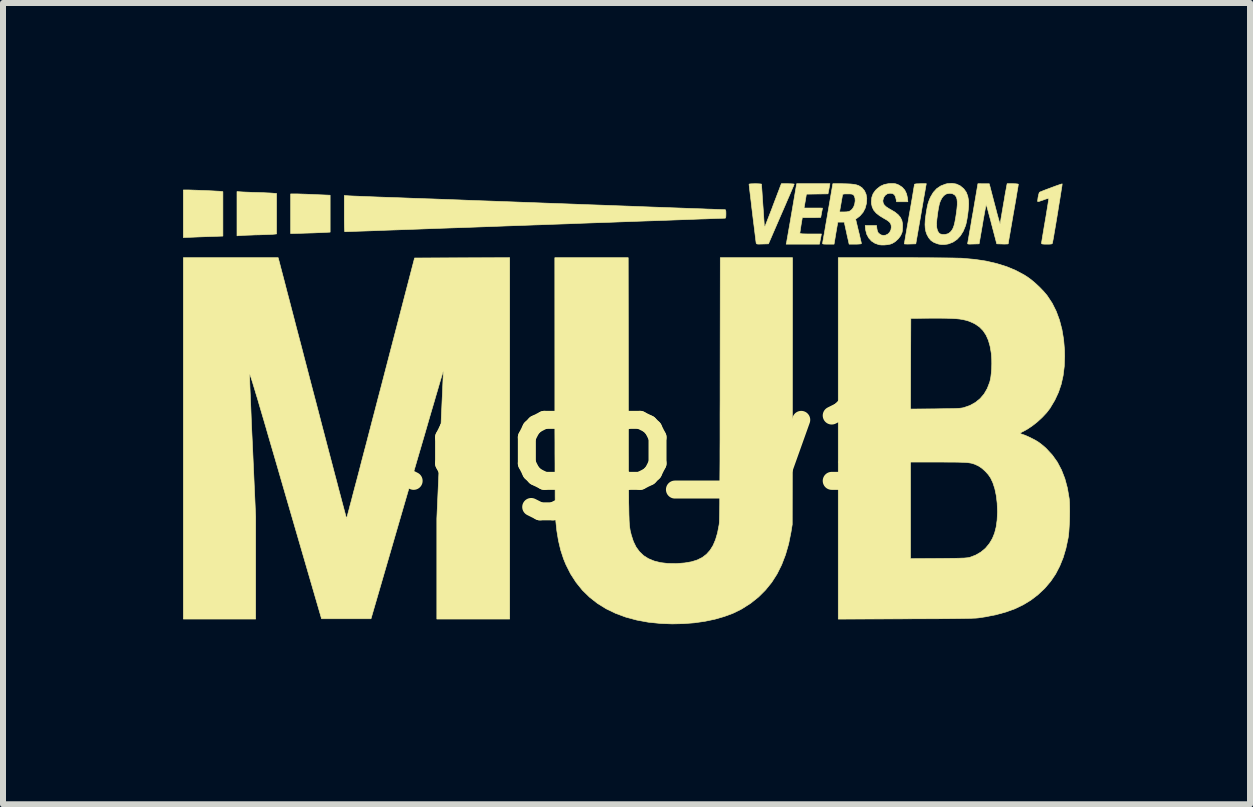
<source format=kicad_pcb>
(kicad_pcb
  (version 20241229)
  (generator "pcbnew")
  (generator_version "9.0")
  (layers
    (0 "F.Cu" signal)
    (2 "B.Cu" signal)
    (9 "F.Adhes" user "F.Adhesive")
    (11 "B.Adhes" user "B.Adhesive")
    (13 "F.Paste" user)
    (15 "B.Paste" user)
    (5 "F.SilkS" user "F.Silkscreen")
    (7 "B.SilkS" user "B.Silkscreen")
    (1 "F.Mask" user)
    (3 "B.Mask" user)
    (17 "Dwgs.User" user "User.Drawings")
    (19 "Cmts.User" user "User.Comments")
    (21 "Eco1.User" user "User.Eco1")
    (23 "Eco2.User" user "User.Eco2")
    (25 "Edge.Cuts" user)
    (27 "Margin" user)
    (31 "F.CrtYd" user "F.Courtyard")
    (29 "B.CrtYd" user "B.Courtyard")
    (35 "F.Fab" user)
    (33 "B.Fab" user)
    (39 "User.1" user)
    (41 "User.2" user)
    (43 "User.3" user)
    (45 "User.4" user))
  (footprint "logo_v1"
    (layer "F.Cu")
    (at 7.616 4.273)
    (property "Reference" "logo_v1" (at 0 0 0) (layer "F.SilkS") (effects (font (size 1.524 1.524) (thickness 0.3))))
    (attr through_hole)
    (fp_poly (pts (xy -5.727 -4.092) (xy -5.684 -4.091) (xy -5.628 -4.089) (xy -5.564 -4.087) (xy -5.494 -4.084) (xy -5.426 -4.081) (xy -5.165 -4.07) (xy -5.165 -3.455) (xy -5.275 -3.449) (xy -5.318 -3.447) (xy -5.376 -3.445) (xy -5.442 -3.442) (xy -5.514 -3.44) (xy -5.585 -3.438) (xy -5.604 -3.437) (xy -5.823 -3.431) (xy -5.823 -4.092) (xy -5.755 -4.092) (xy -5.727 -4.092)) (stroke (width 0.01) (type solid)) (fill yes) (layer "F.SilkS"))
    (fp_poly (pts (xy -7.537 -4.158) (xy -7.494 -4.157) (xy -7.441 -4.155) (xy -7.38 -4.153) (xy -7.315 -4.15) (xy -7.248 -4.148) (xy -7.182 -4.145) (xy -7.121 -4.142) (xy -7.068 -4.139) (xy -7.025 -4.137) (xy -6.995 -4.135) (xy -6.983 -4.134) (xy -6.952 -4.129) (xy -6.952 -3.389) (xy -7.117 -3.383) (xy -7.188 -3.381) (xy -7.269 -3.378) (xy -7.352 -3.375) (xy -7.427 -3.372) (xy -7.446 -3.371) (xy -7.611 -3.365) (xy -7.611 -4.158) (xy -7.567 -4.158) (xy -7.537 -4.158)) (stroke (width 0.01) (type solid)) (fill yes) (layer "F.SilkS"))
    (fp_poly (pts (xy -6.649 -4.126) (xy -6.617 -4.124) (xy -6.571 -4.122) (xy -6.515 -4.12) (xy -6.454 -4.117) (xy -6.397 -4.116) (xy -6.334 -4.114) (xy -6.271 -4.112) (xy -6.214 -4.109) (xy -6.166 -4.107) (xy -6.136 -4.105) (xy -6.058 -4.099) (xy -6.058 -3.425) (xy -6.098 -3.421) (xy -6.12 -3.419) (xy -6.156 -3.417) (xy -6.205 -3.415) (xy -6.262 -3.413) (xy -6.324 -3.411) (xy -6.345 -3.41) (xy -6.412 -3.409) (xy -6.478 -3.406) (xy -6.539 -3.404) (xy -6.591 -3.402) (xy -6.629 -3.4) (xy -6.635 -3.399) (xy -6.717 -3.394) (xy -6.717 -4.131) (xy -6.649 -4.126)) (stroke (width 0.01) (type solid)) (fill yes) (layer "F.SilkS"))
    (fp_poly (pts (xy 4.764 -4.236) (xy 4.761 -4.222) (xy 4.756 -4.191) (xy 4.748 -4.145) (xy 4.738 -4.087) (xy 4.725 -4.017) (xy 4.712 -3.938) (xy 4.697 -3.852) (xy 4.681 -3.76) (xy 4.677 -3.735) (xy 4.594 -3.26) (xy 4.498 -3.257) (xy 4.459 -3.256) (xy 4.427 -3.257) (xy 4.407 -3.258) (xy 4.403 -3.26) (xy 4.404 -3.27) (xy 4.409 -3.297) (xy 4.416 -3.339) (xy 4.425 -3.394) (xy 4.437 -3.461) (xy 4.45 -3.537) (xy 4.465 -3.622) (xy 4.48 -3.713) (xy 4.487 -3.754) (xy 4.504 -3.847) (xy 4.519 -3.935) (xy 4.533 -4.016) (xy 4.545 -4.088) (xy 4.555 -4.149) (xy 4.563 -4.197) (xy 4.569 -4.231) (xy 4.572 -4.249) (xy 4.572 -4.252) (xy 4.581 -4.256) (xy 4.607 -4.26) (xy 4.649 -4.261) (xy 4.671 -4.262) (xy 4.769 -4.262) (xy 4.764 -4.236)) (stroke (width 0.01) (type solid)) (fill yes) (layer "F.SilkS"))
    (fp_poly (pts (xy 3.157 -4.226) (xy 3.151 -4.195) (xy 3.144 -4.158) (xy 3.141 -4.142) (xy 3.131 -4.093) (xy 2.771 -4.088) (xy 2.752 -3.972) (xy 2.732 -3.857) (xy 2.885 -3.857) (xy 2.937 -3.857) (xy 2.981 -3.857) (xy 3.014 -3.856) (xy 3.034 -3.855) (xy 3.039 -3.855) (xy 3.037 -3.845) (xy 3.033 -3.821) (xy 3.026 -3.789) (xy 3.024 -3.779) (xy 3.018 -3.744) (xy 3.013 -3.717) (xy 3.01 -3.702) (xy 3.01 -3.701) (xy 3.001 -3.7) (xy 2.977 -3.699) (xy 2.94 -3.698) (xy 2.893 -3.697) (xy 2.857 -3.697) (xy 2.703 -3.697) (xy 2.682 -3.572) (xy 2.675 -3.526) (xy 2.669 -3.485) (xy 2.664 -3.454) (xy 2.662 -3.437) (xy 2.662 -3.436) (xy 2.667 -3.432) (xy 2.682 -3.429) (xy 2.708 -3.426) (xy 2.75 -3.425) (xy 2.806 -3.424) (xy 2.842 -3.424) (xy 3.021 -3.424) (xy 3.016 -3.398) (xy 3.012 -3.375) (xy 3.005 -3.342) (xy 3 -3.314) (xy 2.989 -3.255) (xy 2.434 -3.255) (xy 2.439 -3.276) (xy 2.442 -3.289) (xy 2.447 -3.319) (xy 2.455 -3.364) (xy 2.465 -3.422) (xy 2.477 -3.491) (xy 2.491 -3.569) (xy 2.506 -3.656) (xy 2.521 -3.747) (xy 2.527 -3.779) (xy 2.609 -4.262) (xy 3.163 -4.262) (xy 3.157 -4.226)) (stroke (width 0.01) (type solid)) (fill yes) (layer "F.SilkS"))
    (fp_poly (pts (xy 7.032 -4.249) (xy 7.029 -4.223) (xy 7.022 -4.183) (xy 7.014 -4.13) (xy 7.004 -4.067) (xy 6.993 -3.996) (xy 6.98 -3.919) (xy 6.967 -3.838) (xy 6.954 -3.756) (xy 6.94 -3.673) (xy 6.927 -3.593) (xy 6.914 -3.517) (xy 6.902 -3.448) (xy 6.892 -3.387) (xy 6.883 -3.337) (xy 6.876 -3.3) (xy 6.872 -3.278) (xy 6.872 -3.276) (xy 6.868 -3.266) (xy 6.861 -3.26) (xy 6.847 -3.257) (xy 6.821 -3.255) (xy 6.781 -3.255) (xy 6.778 -3.255) (xy 6.736 -3.255) (xy 6.709 -3.257) (xy 6.695 -3.26) (xy 6.689 -3.266) (xy 6.689 -3.271) (xy 6.69 -3.283) (xy 6.695 -3.312) (xy 6.702 -3.356) (xy 6.711 -3.411) (xy 6.722 -3.476) (xy 6.734 -3.55) (xy 6.748 -3.629) (xy 6.75 -3.643) (xy 6.764 -3.723) (xy 6.776 -3.798) (xy 6.787 -3.864) (xy 6.796 -3.921) (xy 6.803 -3.966) (xy 6.808 -3.996) (xy 6.809 -4.011) (xy 6.809 -4.012) (xy 6.801 -4.015) (xy 6.78 -4.012) (xy 6.745 -4.001) (xy 6.719 -3.991) (xy 6.681 -3.978) (xy 6.651 -3.968) (xy 6.631 -3.964) (xy 6.626 -3.964) (xy 6.624 -3.975) (xy 6.627 -4) (xy 6.631 -4.032) (xy 6.638 -4.065) (xy 6.645 -4.094) (xy 6.652 -4.114) (xy 6.655 -4.119) (xy 6.667 -4.125) (xy 6.694 -4.136) (xy 6.731 -4.151) (xy 6.776 -4.168) (xy 6.824 -4.186) (xy 6.875 -4.205) (xy 6.923 -4.223) (xy 6.966 -4.238) (xy 7.001 -4.25) (xy 7.024 -4.257) (xy 7.033 -4.259) (xy 7.032 -4.249)) (stroke (width 0.01) (type solid)) (fill yes) (layer "F.SilkS"))
    (fp_poly (pts (xy 2.504 -4.261) (xy 2.538 -4.259) (xy 2.561 -4.257) (xy 2.568 -4.255) (xy 2.564 -4.245) (xy 2.554 -4.219) (xy 2.537 -4.18) (xy 2.515 -4.128) (xy 2.488 -4.065) (xy 2.456 -3.992) (xy 2.422 -3.912) (xy 2.384 -3.825) (xy 2.353 -3.754) (xy 2.139 -3.26) (xy 2.038 -3.257) (xy 1.994 -3.256) (xy 1.965 -3.256) (xy 1.948 -3.258) (xy 1.939 -3.263) (xy 1.935 -3.271) (xy 1.934 -3.276) (xy 1.932 -3.288) (xy 1.928 -3.317) (xy 1.923 -3.36) (xy 1.916 -3.416) (xy 1.908 -3.481) (xy 1.899 -3.554) (xy 1.889 -3.632) (xy 1.879 -3.714) (xy 1.869 -3.798) (xy 1.859 -3.88) (xy 1.85 -3.96) (xy 1.841 -4.034) (xy 1.833 -4.101) (xy 1.826 -4.159) (xy 1.821 -4.205) (xy 1.817 -4.237) (xy 1.816 -4.253) (xy 1.816 -4.255) (xy 1.824 -4.257) (xy 1.848 -4.26) (xy 1.883 -4.261) (xy 1.919 -4.262) (xy 1.961 -4.261) (xy 1.994 -4.259) (xy 2.016 -4.257) (xy 2.023 -4.255) (xy 2.023 -4.244) (xy 2.025 -4.216) (xy 2.028 -4.175) (xy 2.032 -4.121) (xy 2.036 -4.056) (xy 2.041 -3.984) (xy 2.046 -3.909) (xy 2.052 -3.83) (xy 2.057 -3.757) (xy 2.061 -3.691) (xy 2.065 -3.636) (xy 2.068 -3.592) (xy 2.069 -3.563) (xy 2.07 -3.551) (xy 2.071 -3.539) (xy 2.077 -3.544) (xy 2.079 -3.548) (xy 2.085 -3.56) (xy 2.096 -3.588) (xy 2.112 -3.629) (xy 2.132 -3.681) (xy 2.156 -3.743) (xy 2.183 -3.812) (xy 2.211 -3.886) (xy 2.211 -3.887) (xy 2.239 -3.961) (xy 2.266 -4.031) (xy 2.29 -4.095) (xy 2.311 -4.149) (xy 2.327 -4.192) (xy 2.338 -4.222) (xy 2.344 -4.236) (xy 2.354 -4.262) (xy 2.461 -4.262) (xy 2.504 -4.261)) (stroke (width 0.01) (type solid)) (fill yes) (layer "F.SilkS"))
    (fp_poly (pts (xy 4.224 -4.265) (xy 4.255 -4.261) (xy 4.283 -4.252) (xy 4.311 -4.24) (xy 4.368 -4.203) (xy 4.411 -4.154) (xy 4.44 -4.093) (xy 4.456 -4.02) (xy 4.456 -4.018) (xy 4.462 -3.961) (xy 4.273 -3.961) (xy 4.267 -3.999) (xy 4.255 -4.047) (xy 4.236 -4.08) (xy 4.208 -4.098) (xy 4.169 -4.103) (xy 4.159 -4.103) (xy 4.117 -4.093) (xy 4.083 -4.068) (xy 4.058 -4.031) (xy 4.046 -3.986) (xy 4.045 -3.973) (xy 4.051 -3.939) (xy 4.068 -3.908) (xy 4.099 -3.878) (xy 4.146 -3.847) (xy 4.173 -3.832) (xy 4.244 -3.79) (xy 4.298 -3.747) (xy 4.336 -3.702) (xy 4.361 -3.653) (xy 4.373 -3.596) (xy 4.374 -3.557) (xy 4.373 -3.516) (xy 4.37 -3.478) (xy 4.365 -3.451) (xy 4.365 -3.451) (xy 4.341 -3.396) (xy 4.303 -3.345) (xy 4.255 -3.3) (xy 4.202 -3.267) (xy 4.169 -3.255) (xy 4.124 -3.246) (xy 4.071 -3.241) (xy 4.021 -3.241) (xy 3.983 -3.245) (xy 3.914 -3.269) (xy 3.855 -3.307) (xy 3.809 -3.359) (xy 3.776 -3.421) (xy 3.758 -3.493) (xy 3.756 -3.505) (xy 3.751 -3.565) (xy 3.94 -3.565) (xy 3.946 -3.512) (xy 3.954 -3.473) (xy 3.967 -3.446) (xy 3.979 -3.433) (xy 4.015 -3.408) (xy 4.054 -3.4) (xy 4.093 -3.405) (xy 4.13 -3.424) (xy 4.159 -3.453) (xy 4.179 -3.492) (xy 4.186 -3.536) (xy 4.183 -3.571) (xy 4.173 -3.6) (xy 4.152 -3.626) (xy 4.118 -3.652) (xy 4.07 -3.68) (xy 4.065 -3.683) (xy 3.991 -3.728) (xy 3.934 -3.773) (xy 3.893 -3.821) (xy 3.868 -3.873) (xy 3.855 -3.931) (xy 3.854 -3.965) (xy 3.861 -4.035) (xy 3.883 -4.096) (xy 3.921 -4.15) (xy 3.948 -4.176) (xy 4.006 -4.221) (xy 4.069 -4.249) (xy 4.141 -4.263) (xy 4.182 -4.265) (xy 4.224 -4.265)) (stroke (width 0.01) (type solid)) (fill yes) (layer "F.SilkS"))
    (fp_poly (pts (xy 5.268 -4.257) (xy 5.332 -4.228) (xy 5.388 -4.182) (xy 5.395 -4.175) (xy 5.434 -4.121) (xy 5.459 -4.057) (xy 5.473 -3.983) (xy 5.475 -3.924) (xy 5.473 -3.875) (xy 5.467 -3.814) (xy 5.459 -3.748) (xy 5.449 -3.683) (xy 5.438 -3.623) (xy 5.426 -3.574) (xy 5.422 -3.561) (xy 5.385 -3.471) (xy 5.338 -3.395) (xy 5.281 -3.334) (xy 5.215 -3.289) (xy 5.141 -3.26) (xy 5.118 -3.255) (xy 5.067 -3.248) (xy 5.024 -3.248) (xy 4.978 -3.255) (xy 4.958 -3.26) (xy 4.897 -3.283) (xy 4.848 -3.315) (xy 4.809 -3.361) (xy 4.779 -3.416) (xy 4.761 -3.468) (xy 4.751 -3.524) (xy 4.748 -3.577) (xy 4.939 -3.577) (xy 4.944 -3.525) (xy 4.956 -3.479) (xy 4.976 -3.445) (xy 4.998 -3.426) (xy 5.037 -3.416) (xy 5.082 -3.416) (xy 5.126 -3.427) (xy 5.147 -3.438) (xy 5.174 -3.46) (xy 5.196 -3.487) (xy 5.215 -3.521) (xy 5.231 -3.565) (xy 5.245 -3.622) (xy 5.258 -3.693) (xy 5.268 -3.758) (xy 5.279 -3.841) (xy 5.285 -3.908) (xy 5.285 -3.961) (xy 5.281 -4.002) (xy 5.272 -4.034) (xy 5.256 -4.06) (xy 5.239 -4.078) (xy 5.203 -4.096) (xy 5.159 -4.102) (xy 5.112 -4.094) (xy 5.092 -4.086) (xy 5.06 -4.062) (xy 5.03 -4.025) (xy 5.005 -3.977) (xy 4.99 -3.937) (xy 4.981 -3.9) (xy 4.971 -3.849) (xy 4.961 -3.79) (xy 4.953 -3.728) (xy 4.945 -3.668) (xy 4.941 -3.616) (xy 4.939 -3.577) (xy 4.748 -3.577) (xy 4.748 -3.589) (xy 4.752 -3.665) (xy 4.76 -3.725) (xy 4.772 -3.805) (xy 4.784 -3.87) (xy 4.796 -3.924) (xy 4.811 -3.971) (xy 4.829 -4.016) (xy 4.841 -4.042) (xy 4.886 -4.118) (xy 4.943 -4.18) (xy 5.01 -4.225) (xy 5.088 -4.255) (xy 5.12 -4.263) (xy 5.197 -4.268) (xy 5.268 -4.257)) (stroke (width 0.01) (type solid)) (fill yes) (layer "F.SilkS"))
    (fp_poly (pts (xy 6.254 -4.261) (xy 6.286 -4.258) (xy 6.302 -4.254) (xy 6.303 -4.252) (xy 6.301 -4.241) (xy 6.297 -4.213) (xy 6.29 -4.171) (xy 6.28 -4.115) (xy 6.269 -4.047) (xy 6.256 -3.97) (xy 6.241 -3.885) (xy 6.225 -3.793) (xy 6.218 -3.755) (xy 6.202 -3.661) (xy 6.187 -3.573) (xy 6.173 -3.493) (xy 6.161 -3.422) (xy 6.15 -3.361) (xy 6.142 -3.314) (xy 6.137 -3.28) (xy 6.134 -3.263) (xy 6.134 -3.261) (xy 6.125 -3.258) (xy 6.101 -3.257) (xy 6.067 -3.256) (xy 6.038 -3.257) (xy 5.943 -3.26) (xy 5.857 -3.587) (xy 5.838 -3.662) (xy 5.819 -3.731) (xy 5.803 -3.792) (xy 5.789 -3.842) (xy 5.778 -3.881) (xy 5.77 -3.905) (xy 5.767 -3.913) (xy 5.764 -3.905) (xy 5.759 -3.879) (xy 5.751 -3.839) (xy 5.741 -3.787) (xy 5.73 -3.725) (xy 5.717 -3.655) (xy 5.706 -3.587) (xy 5.649 -3.26) (xy 5.552 -3.257) (xy 5.508 -3.256) (xy 5.48 -3.256) (xy 5.464 -3.258) (xy 5.458 -3.262) (xy 5.458 -3.27) (xy 5.459 -3.276) (xy 5.462 -3.289) (xy 5.467 -3.319) (xy 5.475 -3.364) (xy 5.485 -3.422) (xy 5.497 -3.491) (xy 5.511 -3.569) (xy 5.525 -3.656) (xy 5.541 -3.748) (xy 5.547 -3.779) (xy 5.629 -4.262) (xy 5.724 -4.261) (xy 5.818 -4.261) (xy 5.902 -3.939) (xy 5.927 -3.845) (xy 5.947 -3.767) (xy 5.964 -3.705) (xy 5.977 -3.658) (xy 5.987 -3.625) (xy 5.994 -3.604) (xy 5.999 -3.595) (xy 6.001 -3.596) (xy 6.002 -3.601) (xy 6.003 -3.613) (xy 6.008 -3.641) (xy 6.014 -3.682) (xy 6.023 -3.733) (xy 6.033 -3.792) (xy 6.044 -3.856) (xy 6.055 -3.923) (xy 6.067 -3.988) (xy 6.077 -4.051) (xy 6.087 -4.108) (xy 6.096 -4.156) (xy 6.103 -4.193) (xy 6.106 -4.212) (xy 6.116 -4.262) (xy 6.21 -4.262) (xy 6.254 -4.261)) (stroke (width 0.01) (type solid)) (fill yes) (layer "F.SilkS"))
    (fp_poly (pts (xy 3.358 -4.262) (xy 3.442 -4.26) (xy 3.509 -4.257) (xy 3.564 -4.251) (xy 3.607 -4.242) (xy 3.641 -4.23) (xy 3.646 -4.228) (xy 3.699 -4.193) (xy 3.739 -4.145) (xy 3.765 -4.087) (xy 3.777 -4.019) (xy 3.773 -3.943) (xy 3.772 -3.936) (xy 3.751 -3.855) (xy 3.715 -3.785) (xy 3.663 -3.725) (xy 3.614 -3.687) (xy 3.591 -3.673) (xy 3.639 -3.473) (xy 3.654 -3.414) (xy 3.666 -3.361) (xy 3.676 -3.317) (xy 3.684 -3.285) (xy 3.687 -3.267) (xy 3.688 -3.264) (xy 3.679 -3.26) (xy 3.654 -3.257) (xy 3.617 -3.255) (xy 3.585 -3.255) (xy 3.483 -3.255) (xy 3.469 -3.318) (xy 3.461 -3.353) (xy 3.45 -3.4) (xy 3.439 -3.453) (xy 3.428 -3.502) (xy 3.402 -3.622) (xy 3.295 -3.622) (xy 3.28 -3.54) (xy 3.272 -3.493) (xy 3.262 -3.436) (xy 3.253 -3.38) (xy 3.249 -3.356) (xy 3.232 -3.255) (xy 3.134 -3.255) (xy 3.091 -3.255) (xy 3.062 -3.256) (xy 3.047 -3.259) (xy 3.04 -3.264) (xy 3.04 -3.271) (xy 3.041 -3.271) (xy 3.043 -3.284) (xy 3.048 -3.313) (xy 3.056 -3.357) (xy 3.066 -3.414) (xy 3.078 -3.482) (xy 3.091 -3.56) (xy 3.106 -3.646) (xy 3.122 -3.738) (xy 3.128 -3.775) (xy 3.131 -3.791) (xy 3.323 -3.791) (xy 3.395 -3.791) (xy 3.443 -3.793) (xy 3.479 -3.8) (xy 3.5 -3.809) (xy 3.533 -3.836) (xy 3.559 -3.876) (xy 3.576 -3.924) (xy 3.584 -3.975) (xy 3.581 -4.022) (xy 3.57 -4.054) (xy 3.56 -4.071) (xy 3.546 -4.082) (xy 3.527 -4.089) (xy 3.496 -4.092) (xy 3.452 -4.092) (xy 3.415 -4.092) (xy 3.392 -4.09) (xy 3.38 -4.085) (xy 3.374 -4.077) (xy 3.373 -4.071) (xy 3.369 -4.054) (xy 3.364 -4.023) (xy 3.356 -3.981) (xy 3.348 -3.933) (xy 3.346 -3.921) (xy 3.323 -3.791) (xy 3.131 -3.791) (xy 3.212 -4.262) (xy 3.358 -4.262)) (stroke (width 0.01) (type solid)) (fill yes) (layer "F.SilkS"))
    (fp_poly (pts (xy -4.838 -4.059) (xy -4.814 -4.058) (xy -4.773 -4.056) (xy -4.717 -4.054) (xy -4.646 -4.051) (xy -4.564 -4.048) (xy -4.47 -4.044) (xy -4.368 -4.04) (xy -4.257 -4.036) (xy -4.141 -4.032) (xy -4.021 -4.028) (xy -3.97 -4.026) (xy -3.866 -4.022) (xy -3.764 -4.018) (xy -3.663 -4.015) (xy -3.563 -4.011) (xy -3.461 -4.008) (xy -3.358 -4.004) (xy -3.251 -4) (xy -3.14 -3.996) (xy -3.024 -3.992) (xy -2.902 -3.987) (xy -2.772 -3.982) (xy -2.634 -3.977) (xy -2.486 -3.972) (xy -2.328 -3.966) (xy -2.158 -3.96) (xy -1.976 -3.953) (xy -1.779 -3.946) (xy -1.568 -3.938) (xy -1.342 -3.93) (xy -1.098 -3.921) (xy -0.894 -3.913) (xy -0.635 -3.904) (xy -0.394 -3.895) (xy -0.172 -3.887) (xy 0.034 -3.879) (xy 0.223 -3.872) (xy 0.396 -3.866) (xy 0.553 -3.86) (xy 0.695 -3.855) (xy 0.822 -3.85) (xy 0.936 -3.846) (xy 1.036 -3.843) (xy 1.123 -3.839) (xy 1.198 -3.837) (xy 1.261 -3.834) (xy 1.312 -3.832) (xy 1.353 -3.831) (xy 1.383 -3.83) (xy 1.404 -3.829) (xy 1.415 -3.829) (xy 1.418 -3.829) (xy 1.425 -3.822) (xy 1.429 -3.801) (xy 1.43 -3.763) (xy 1.43 -3.758) (xy 1.429 -3.719) (xy 1.426 -3.697) (xy 1.42 -3.688) (xy 1.418 -3.688) (xy 1.407 -3.687) (xy 1.379 -3.686) (xy 1.333 -3.685) (xy 1.271 -3.683) (xy 1.192 -3.68) (xy 1.098 -3.676) (xy 0.99 -3.673) (xy 0.867 -3.668) (xy 0.731 -3.663) (xy 0.583 -3.658) (xy 0.423 -3.652) (xy 0.251 -3.646) (xy 0.069 -3.64) (xy -0.123 -3.633) (xy -0.324 -3.626) (xy -0.533 -3.618) (xy -0.75 -3.611) (xy -0.975 -3.603) (xy -1.205 -3.594) (xy -1.442 -3.586) (xy -1.683 -3.577) (xy -1.753 -3.575) (xy -1.996 -3.566) (xy -2.234 -3.558) (xy -2.466 -3.549) (xy -2.692 -3.541) (xy -2.911 -3.533) (xy -3.123 -3.526) (xy -3.326 -3.519) (xy -3.521 -3.512) (xy -3.705 -3.505) (xy -3.88 -3.499) (xy -4.043 -3.493) (xy -4.195 -3.488) (xy -4.334 -3.483) (xy -4.461 -3.478) (xy -4.573 -3.474) (xy -4.671 -3.471) (xy -4.754 -3.468) (xy -4.821 -3.465) (xy -4.871 -3.464) (xy -4.904 -3.462) (xy -4.92 -3.462) (xy -4.921 -3.462) (xy -4.923 -3.471) (xy -4.925 -3.498) (xy -4.927 -3.54) (xy -4.928 -3.596) (xy -4.929 -3.665) (xy -4.929 -3.745) (xy -4.929 -3.763) (xy -4.929 -4.065) (xy -4.838 -4.059)) (stroke (width 0.01) (type solid)) (fill yes) (layer "F.SilkS"))
    (fp_poly (pts (xy -0.195 -0.83) (xy -0.195 -0.588) (xy -0.194 -0.364) (xy -0.194 -0.157) (xy -0.194 0.033) (xy -0.194 0.208) (xy -0.193 0.367) (xy -0.193 0.512) (xy -0.192 0.644) (xy -0.192 0.763) (xy -0.191 0.869) (xy -0.19 0.965) (xy -0.19 1.05) (xy -0.188 1.125) (xy -0.187 1.191) (xy -0.186 1.249) (xy -0.184 1.3) (xy -0.183 1.344) (xy -0.181 1.381) (xy -0.179 1.414) (xy -0.176 1.442) (xy -0.173 1.466) (xy -0.17 1.488) (xy -0.167 1.507) (xy -0.164 1.524) (xy -0.16 1.541) (xy -0.155 1.558) (xy -0.151 1.576) (xy -0.146 1.595) (xy -0.112 1.7) (xy -0.067 1.792) (xy -0.01 1.87) (xy 0.058 1.935) (xy 0.139 1.986) (xy 0.233 2.025) (xy 0.341 2.052) (xy 0.462 2.066) (xy 0.597 2.068) (xy 0.621 2.067) (xy 0.746 2.057) (xy 0.856 2.038) (xy 0.952 2.008) (xy 1.035 1.967) (xy 1.106 1.913) (xy 1.166 1.846) (xy 1.216 1.766) (xy 1.257 1.67) (xy 1.29 1.558) (xy 1.315 1.429) (xy 1.318 1.411) (xy 1.319 1.398) (xy 1.321 1.378) (xy 1.322 1.351) (xy 1.323 1.315) (xy 1.324 1.27) (xy 1.325 1.215) (xy 1.326 1.15) (xy 1.327 1.075) (xy 1.327 0.987) (xy 1.328 0.888) (xy 1.329 0.776) (xy 1.329 0.651) (xy 1.33 0.512) (xy 1.331 0.358) (xy 1.331 0.189) (xy 1.332 0.004) (xy 1.332 -0.197) (xy 1.332 -0.415) (xy 1.333 -0.651) (xy 1.333 -0.849) (xy 1.336 -3.029) (xy 2.54 -3.029) (xy 2.538 -0.807) (xy 2.535 1.416) (xy 2.514 1.546) (xy 2.475 1.74) (xy 2.423 1.92) (xy 2.359 2.087) (xy 2.283 2.24) (xy 2.193 2.381) (xy 2.09 2.508) (xy 1.974 2.624) (xy 1.844 2.728) (xy 1.7 2.82) (xy 1.675 2.834) (xy 1.546 2.897) (xy 1.402 2.95) (xy 1.246 2.995) (xy 1.079 3.03) (xy 0.904 3.055) (xy 0.721 3.069) (xy 0.535 3.073) (xy 0.346 3.066) (xy 0.344 3.066) (xy 0.138 3.045) (xy -0.057 3.009) (xy -0.239 2.96) (xy -0.409 2.897) (xy -0.566 2.821) (xy -0.711 2.731) (xy -0.842 2.628) (xy -0.961 2.512) (xy -1.066 2.382) (xy -1.158 2.24) (xy -1.236 2.085) (xy -1.275 1.99) (xy -1.323 1.843) (xy -1.36 1.687) (xy -1.388 1.518) (xy -1.407 1.336) (xy -1.411 1.264) (xy -1.412 1.234) (xy -1.413 1.187) (xy -1.414 1.122) (xy -1.415 1.04) (xy -1.416 0.942) (xy -1.416 0.829) (xy -1.417 0.701) (xy -1.418 0.559) (xy -1.418 0.404) (xy -1.419 0.236) (xy -1.419 0.055) (xy -1.42 -0.136) (xy -1.42 -0.338) (xy -1.42 -0.55) (xy -1.42 -0.772) (xy -1.42 -0.971) (xy -1.421 -3.029) (xy -0.198 -3.029) (xy -0.195 -0.83)) (stroke (width 0.01) (type solid)) (fill yes) (layer "F.SilkS"))
    (fp_poly (pts (xy -2.173 2.992) (xy -3.387 2.992) (xy -3.387 1.319) (xy -3.335 0.158) (xy -3.329 0.011) (xy -3.323 -0.132) (xy -3.316 -0.27) (xy -3.311 -0.401) (xy -3.305 -0.524) (xy -3.3 -0.637) (xy -3.295 -0.74) (xy -3.291 -0.832) (xy -3.288 -0.91) (xy -3.285 -0.975) (xy -3.283 -1.024) (xy -3.281 -1.057) (xy -3.28 -1.07) (xy -3.279 -1.102) (xy -3.28 -1.125) (xy -3.282 -1.133) (xy -3.282 -1.133) (xy -3.285 -1.124) (xy -3.293 -1.097) (xy -3.306 -1.054) (xy -3.324 -0.995) (xy -3.346 -0.921) (xy -3.371 -0.834) (xy -3.401 -0.733) (xy -3.434 -0.619) (xy -3.471 -0.494) (xy -3.511 -0.358) (xy -3.553 -0.212) (xy -3.598 -0.057) (xy -3.646 0.106) (xy -3.696 0.277) (xy -3.748 0.455) (xy -3.801 0.639) (xy -3.856 0.828) (xy -3.886 0.93) (xy -4.484 2.987) (xy -5.308 2.987) (xy -5.907 0.927) (xy -5.974 0.696) (xy -6.036 0.482) (xy -6.093 0.286) (xy -6.146 0.105) (xy -6.194 -0.059) (xy -6.237 -0.209) (xy -6.277 -0.345) (xy -6.313 -0.467) (xy -6.345 -0.575) (xy -6.373 -0.672) (xy -6.399 -0.756) (xy -6.421 -0.83) (xy -6.44 -0.892) (xy -6.456 -0.945) (xy -6.47 -0.989) (xy -6.481 -1.024) (xy -6.49 -1.05) (xy -6.497 -1.07) (xy -6.502 -1.082) (xy -6.505 -1.089) (xy -6.507 -1.089) (xy -6.508 -1.087) (xy -6.508 -1.071) (xy -6.507 -1.038) (xy -6.505 -0.989) (xy -6.503 -0.925) (xy -6.5 -0.846) (xy -6.496 -0.755) (xy -6.492 -0.652) (xy -6.487 -0.539) (xy -6.482 -0.416) (xy -6.477 -0.285) (xy -6.471 -0.148) (xy -6.464 -0.004) (xy -6.458 0.125) (xy -6.406 1.289) (xy -6.406 2.992) (xy -7.611 2.992) (xy -7.611 -3.029) (xy -6.031 -3.029) (xy -6.023 -2.999) (xy -6.02 -2.987) (xy -6.012 -2.958) (xy -6 -2.912) (xy -5.984 -2.85) (xy -5.964 -2.774) (xy -5.94 -2.683) (xy -5.913 -2.579) (xy -5.883 -2.462) (xy -5.849 -2.334) (xy -5.813 -2.195) (xy -5.774 -2.046) (xy -5.733 -1.887) (xy -5.689 -1.72) (xy -5.643 -1.545) (xy -5.596 -1.363) (xy -5.547 -1.176) (xy -5.497 -0.983) (xy -5.456 -0.826) (xy -5.404 -0.629) (xy -5.354 -0.438) (xy -5.306 -0.252) (xy -5.259 -0.073) (xy -5.214 0.099) (xy -5.171 0.263) (xy -5.13 0.418) (xy -5.092 0.564) (xy -5.056 0.699) (xy -5.024 0.823) (xy -4.994 0.935) (xy -4.968 1.034) (xy -4.945 1.12) (xy -4.926 1.191) (xy -4.911 1.247) (xy -4.9 1.288) (xy -4.894 1.311) (xy -4.892 1.317) (xy -4.889 1.308) (xy -4.882 1.282) (xy -4.87 1.239) (xy -4.854 1.18) (xy -4.835 1.106) (xy -4.811 1.018) (xy -4.785 0.916) (xy -4.755 0.802) (xy -4.721 0.675) (xy -4.685 0.538) (xy -4.647 0.39) (xy -4.606 0.233) (xy -4.562 0.067) (xy -4.517 -0.107) (xy -4.47 -0.288) (xy -4.421 -0.475) (xy -4.371 -0.668) (xy -4.322 -0.854) (xy -3.758 -3.024) (xy -2.965 -3.027) (xy -2.173 -3.029) (xy -2.173 2.992)) (stroke (width 0.01) (type solid)) (fill yes) (layer "F.SilkS"))
    (fp_poly (pts (xy 4.259 -3.029) (xy 4.405 -3.029) (xy 4.547 -3.029) (xy 4.681 -3.028) (xy 4.809 -3.028) (xy 4.927 -3.027) (xy 5.035 -3.026) (xy 5.131 -3.025) (xy 5.213 -3.024) (xy 5.282 -3.022) (xy 5.334 -3.021) (xy 5.369 -3.02) (xy 5.372 -3.019) (xy 5.577 -3.001) (xy 5.768 -2.972) (xy 5.944 -2.931) (xy 6.108 -2.88) (xy 6.259 -2.817) (xy 6.398 -2.743) (xy 6.462 -2.702) (xy 6.525 -2.655) (xy 6.593 -2.597) (xy 6.662 -2.532) (xy 6.726 -2.465) (xy 6.78 -2.401) (xy 6.788 -2.39) (xy 6.867 -2.27) (xy 6.934 -2.136) (xy 6.988 -1.99) (xy 7.029 -1.833) (xy 7.057 -1.666) (xy 7.072 -1.49) (xy 7.074 -1.385) (xy 7.068 -1.219) (xy 7.049 -1.065) (xy 7.017 -0.921) (xy 6.971 -0.785) (xy 6.91 -0.654) (xy 6.834 -0.527) (xy 6.833 -0.524) (xy 6.775 -0.448) (xy 6.703 -0.371) (xy 6.622 -0.296) (xy 6.536 -0.228) (xy 6.449 -0.17) (xy 6.385 -0.135) (xy 6.357 -0.121) (xy 6.338 -0.109) (xy 6.331 -0.103) (xy 6.339 -0.097) (xy 6.36 -0.089) (xy 6.371 -0.085) (xy 6.412 -0.071) (xy 6.463 -0.049) (xy 6.519 -0.022) (xy 6.574 0.006) (xy 6.622 0.034) (xy 6.643 0.048) (xy 6.677 0.073) (xy 6.718 0.106) (xy 6.758 0.141) (xy 6.772 0.155) (xy 6.869 0.26) (xy 6.953 0.378) (xy 7.022 0.509) (xy 7.078 0.653) (xy 7.12 0.809) (xy 7.149 0.979) (xy 7.151 0.992) (xy 7.155 1.047) (xy 7.157 1.116) (xy 7.158 1.195) (xy 7.157 1.28) (xy 7.155 1.367) (xy 7.15 1.452) (xy 7.145 1.53) (xy 7.139 1.597) (xy 7.132 1.642) (xy 7.096 1.812) (xy 7.05 1.968) (xy 6.992 2.111) (xy 6.924 2.242) (xy 6.843 2.362) (xy 6.749 2.473) (xy 6.738 2.485) (xy 6.63 2.586) (xy 6.514 2.675) (xy 6.388 2.752) (xy 6.25 2.819) (xy 6.099 2.874) (xy 5.935 2.919) (xy 5.756 2.955) (xy 5.655 2.97) (xy 5.636 2.973) (xy 5.614 2.975) (xy 5.587 2.977) (xy 5.555 2.978) (xy 5.516 2.98) (xy 5.47 2.981) (xy 5.415 2.982) (xy 5.35 2.983) (xy 5.275 2.984) (xy 5.188 2.985) (xy 5.088 2.986) (xy 4.974 2.987) (xy 4.846 2.987) (xy 4.701 2.988) (xy 4.539 2.988) (xy 4.424 2.989) (xy 3.302 2.993) (xy 3.302 1.986) (xy 4.506 1.986) (xy 4.974 1.983) (xy 5.082 1.982) (xy 5.173 1.981) (xy 5.248 1.98) (xy 5.31 1.979) (xy 5.36 1.977) (xy 5.4 1.976) (xy 5.431 1.973) (xy 5.455 1.971) (xy 5.474 1.968) (xy 5.49 1.965) (xy 5.499 1.962) (xy 5.591 1.927) (xy 5.676 1.878) (xy 5.748 1.819) (xy 5.76 1.807) (xy 5.821 1.733) (xy 5.87 1.651) (xy 5.907 1.56) (xy 5.933 1.458) (xy 5.949 1.343) (xy 5.955 1.214) (xy 5.955 1.197) (xy 5.95 1.062) (xy 5.935 0.936) (xy 5.911 0.821) (xy 5.878 0.72) (xy 5.84 0.64) (xy 5.802 0.585) (xy 5.753 0.531) (xy 5.699 0.482) (xy 5.643 0.444) (xy 5.623 0.434) (xy 5.597 0.422) (xy 5.572 0.411) (xy 5.547 0.403) (xy 5.52 0.395) (xy 5.489 0.39) (xy 5.453 0.385) (xy 5.41 0.382) (xy 5.357 0.38) (xy 5.293 0.378) (xy 5.217 0.377) (xy 5.126 0.377) (xy 5.019 0.376) (xy 4.969 0.376) (xy 4.506 0.376) (xy 4.506 1.986) (xy 3.302 1.986) (xy 3.302 -0.507) (xy 4.506 -0.507) (xy 4.918 -0.51) (xy 5.02 -0.512) (xy 5.105 -0.513) (xy 5.175 -0.514) (xy 5.232 -0.515) (xy 5.278 -0.517) (xy 5.314 -0.519) (xy 5.342 -0.522) (xy 5.364 -0.525) (xy 5.383 -0.528) (xy 5.39 -0.53) (xy 5.495 -0.566) (xy 5.587 -0.617) (xy 5.666 -0.681) (xy 5.732 -0.758) (xy 5.785 -0.849) (xy 5.825 -0.953) (xy 5.833 -0.983) (xy 5.844 -1.038) (xy 5.852 -1.106) (xy 5.858 -1.183) (xy 5.86 -1.263) (xy 5.859 -1.341) (xy 5.854 -1.412) (xy 5.852 -1.436) (xy 5.832 -1.553) (xy 5.803 -1.654) (xy 5.764 -1.741) (xy 5.715 -1.814) (xy 5.656 -1.874) (xy 5.585 -1.923) (xy 5.556 -1.938) (xy 5.514 -1.957) (xy 5.472 -1.974) (xy 5.427 -1.987) (xy 5.379 -1.998) (xy 5.325 -2.007) (xy 5.263 -2.013) (xy 5.19 -2.017) (xy 5.106 -2.02) (xy 5.008 -2.021) (xy 4.895 -2.021) (xy 4.831 -2.021) (xy 4.511 -2.018) (xy 4.508 -1.262) (xy 4.506 -0.507) (xy 3.302 -0.507) (xy 3.302 -3.029) (xy 4.259 -3.029)) (stroke (width 0.01) (type solid)) (fill yes) (layer "F.SilkS")))
  (gr_rect
    (start -3 -3)
    (end 17.779 10.352)
    (stroke (width 0.1) (type default))
    (fill no)
    (layer "Edge.Cuts")))
</source>
